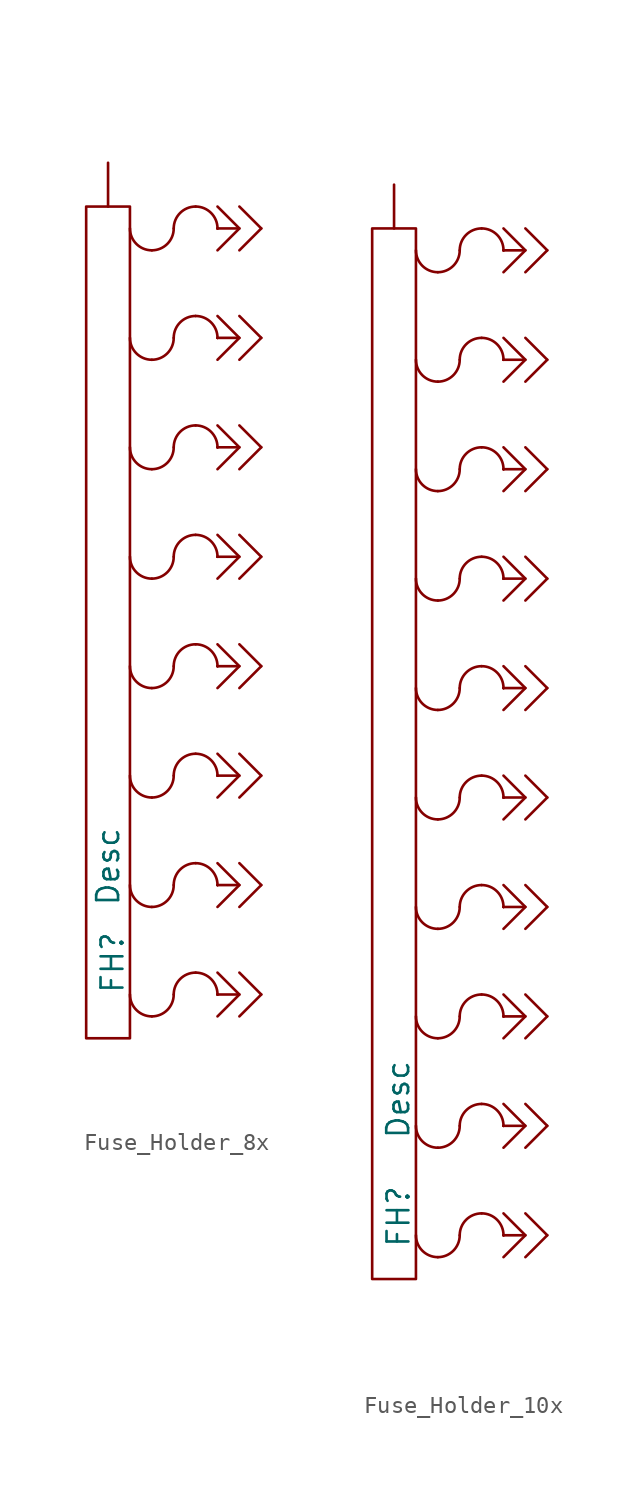
<source format=kicad_sym>
(kicad_symbol_lib
  (version 20231120)
  (generator "kicad_symbol_editor")
  (generator_version "8.0")
  (symbol "Fuse_Holder_8x"
    (pin_numbers hide)
    (pin_names
      (offset 0) hide)
    (property "Reference" "FH"
      (at -3.556 -22.86 90)
      (do_not_autoplace)
      (effects (font (size 1.27 1.27)) (justify left)))
    (property "Value" "Desc"
      (at -3.81 -17.78 90)
      (do_not_autoplace)
      (effects (font (size 1.27 1.27)) (justify left)))
    (symbol "Fuse_Holder_8x_0_1"
      (rectangle (start -5.08 22.86) (end -2.54 -25.4) (stroke (width 0) (type default)) (fill (type none)))
      (arc (start -2.54 -22.86) (mid -2.168 -23.758) (end -1.27 -24.13) (stroke (width 0) (type default)) (fill (type none)))
      (arc (start -2.54 -16.51) (mid -2.168 -17.408) (end -1.27 -17.78) (stroke (width 0) (type default)) (fill (type none)))
      (arc (start -2.54 -10.16) (mid -2.168 -11.058) (end -1.27 -11.43) (stroke (width 0) (type default)) (fill (type none)))
      (arc (start -2.54 -3.81) (mid -2.168 -4.708) (end -1.27 -5.08) (stroke (width 0) (type default)) (fill (type none)))
      (arc (start -2.54 2.54) (mid -2.168 1.642) (end -1.27 1.27) (stroke (width 0) (type default)) (fill (type none)))
      (arc (start -2.54 8.89) (mid -2.168 7.992) (end -1.27 7.62) (stroke (width 0) (type default)) (fill (type none)))
      (arc (start -2.54 15.24) (mid -2.168 14.342) (end -1.27 13.97) (stroke (width 0) (type default)) (fill (type none)))
      (arc (start -2.54 21.59) (mid -2.168 20.692) (end -1.27 20.32) (stroke (width 0) (type default)) (fill (type none)))
      (arc (start -1.27 -24.13) (mid -0.372 -23.758) (end 0 -22.86) (stroke (width 0) (type default)) (fill (type none)))
      (arc (start -1.27 -17.78) (mid -0.372 -17.408) (end 0 -16.51) (stroke (width 0) (type default)) (fill (type none)))
      (arc (start -1.27 -11.43) (mid -0.372 -11.058) (end 0 -10.16) (stroke (width 0) (type default)) (fill (type none)))
      (arc (start -1.27 -5.08) (mid -0.372 -4.708) (end 0 -3.81) (stroke (width 0) (type default)) (fill (type none)))
      (arc (start -1.27 1.27) (mid -0.372 1.642) (end 0 2.54) (stroke (width 0) (type default)) (fill (type none)))
      (arc (start -1.27 7.62) (mid -0.372 7.992) (end 0 8.89) (stroke (width 0) (type default)) (fill (type none)))
      (arc (start -1.27 13.97) (mid -0.372 14.342) (end 0 15.24) (stroke (width 0) (type default)) (fill (type none)))
      (arc (start -1.27 20.32) (mid -0.372 20.692) (end 0 21.59) (stroke (width 0) (type default)) (fill (type none)))
      (polyline (pts (xy 2.54 -24.13) (xy 3.81 -22.86) (xy 2.54 -21.59)) (stroke (width 0) (type default)) (fill (type none)))
      (polyline (pts (xy 2.54 -17.78) (xy 3.81 -16.51) (xy 2.54 -15.24)) (stroke (width 0) (type default)) (fill (type none)))
      (polyline (pts (xy 2.54 -11.43) (xy 3.81 -10.16) (xy 2.54 -8.89)) (stroke (width 0) (type default)) (fill (type none)))
      (polyline (pts (xy 2.54 -5.08) (xy 3.81 -3.81) (xy 2.54 -2.54)) (stroke (width 0) (type default)) (fill (type none)))
      (polyline (pts (xy 2.54 1.27) (xy 3.81 2.54) (xy 2.54 3.81)) (stroke (width 0) (type default)) (fill (type none)))
      (polyline (pts (xy 2.54 7.62) (xy 3.81 8.89) (xy 2.54 10.16)) (stroke (width 0) (type default)) (fill (type none)))
      (polyline (pts (xy 2.54 13.97) (xy 3.81 15.24) (xy 2.54 16.51)) (stroke (width 0) (type default)) (fill (type none)))
      (polyline (pts (xy 2.54 20.32) (xy 3.81 21.59) (xy 2.54 22.86)) (stroke (width 0) (type default)) (fill (type none)))
      (polyline (pts (xy 3.81 -24.13) (xy 5.08 -22.86) (xy 3.81 -21.59)) (stroke (width 0) (type default)) (fill (type none)))
      (polyline (pts (xy 3.81 -17.78) (xy 5.08 -16.51) (xy 3.81 -15.24)) (stroke (width 0) (type default)) (fill (type none)))
      (polyline (pts (xy 3.81 -11.43) (xy 5.08 -10.16) (xy 3.81 -8.89)) (stroke (width 0) (type default)) (fill (type none)))
      (polyline (pts (xy 3.81 -5.08) (xy 5.08 -3.81) (xy 3.81 -2.54)) (stroke (width 0) (type default)) (fill (type none)))
      (polyline (pts (xy 3.81 1.27) (xy 5.08 2.54) (xy 3.81 3.81)) (stroke (width 0) (type default)) (fill (type none)))
      (polyline (pts (xy 3.81 7.62) (xy 5.08 8.89) (xy 3.81 10.16)) (stroke (width 0) (type default)) (fill (type none)))
      (polyline (pts (xy 3.81 13.97) (xy 5.08 15.24) (xy 3.81 16.51)) (stroke (width 0) (type default)) (fill (type none)))
      (polyline (pts (xy 3.81 20.32) (xy 5.08 21.59) (xy 3.81 22.86)) (stroke (width 0) (type default)) (fill (type none)))
      (arc (start 1.27 -21.59) (mid 0.372 -21.962) (end 0 -22.86) (stroke (width 0) (type default)) (fill (type none)))
      (arc (start 1.27 -15.24) (mid 0.372 -15.612) (end 0 -16.51) (stroke (width 0) (type default)) (fill (type none)))
      (arc (start 1.27 -8.89) (mid 0.372 -9.262) (end 0 -10.16) (stroke (width 0) (type default)) (fill (type none)))
      (arc (start 1.27 -2.54) (mid 0.372 -2.912) (end 0 -3.81) (stroke (width 0) (type default)) (fill (type none)))
      (arc (start 1.27 3.81) (mid 0.372 3.438) (end 0 2.54) (stroke (width 0) (type default)) (fill (type none)))
      (arc (start 1.27 10.16) (mid 0.372 9.788) (end 0 8.89) (stroke (width 0) (type default)) (fill (type none)))
      (arc (start 1.27 16.51) (mid 0.372 16.138) (end 0 15.24) (stroke (width 0) (type default)) (fill (type none)))
      (arc (start 1.27 22.86) (mid 0.372 22.488) (end 0 21.59) (stroke (width 0) (type default)) (fill (type none)))
      (arc (start 2.54 -22.86) (mid 2.168 -21.962) (end 1.27 -21.59) (stroke (width 0) (type default)) (fill (type none)))
      (arc (start 2.54 -16.51) (mid 2.168 -15.612) (end 1.27 -15.24) (stroke (width 0) (type default)) (fill (type none)))
      (arc (start 2.54 -10.16) (mid 2.168 -9.262) (end 1.27 -8.89) (stroke (width 0) (type default)) (fill (type none)))
      (arc (start 2.54 -3.81) (mid 2.168 -2.912) (end 1.27 -2.54) (stroke (width 0) (type default)) (fill (type none)))
      (arc (start 2.54 2.54) (mid 2.168 3.438) (end 1.27 3.81) (stroke (width 0) (type default)) (fill (type none)))
      (arc (start 2.54 8.89) (mid 2.168 9.788) (end 1.27 10.16) (stroke (width 0) (type default)) (fill (type none)))
      (arc (start 2.54 15.24) (mid 2.168 16.138) (end 1.27 16.51) (stroke (width 0) (type default)) (fill (type none)))
      (arc (start 2.54 21.59) (mid 2.168 22.488) (end 1.27 22.86) (stroke (width 0) (type default)) (fill (type none))))
    (symbol "Fuse_Holder_8x_1_1"
      (polyline (pts (xy 2.54 -22.86) (xy 2.54 -22.86)) (stroke (width 0) (type default)) (fill (type none)))
      (polyline (pts (xy 2.54 -22.86) (xy 2.54 -22.86)) (stroke (width 0) (type default)) (fill (type none)))
      (polyline (pts (xy 2.54 -16.51) (xy 2.54 -16.51)) (stroke (width 0) (type default)) (fill (type none)))
      (polyline (pts (xy 2.54 -16.51) (xy 2.54 -16.51)) (stroke (width 0) (type default)) (fill (type none)))
      (polyline (pts (xy 2.54 -10.16) (xy 2.54 -10.16)) (stroke (width 0) (type default)) (fill (type none)))
      (polyline (pts (xy 2.54 -10.16) (xy 2.54 -10.16)) (stroke (width 0) (type default)) (fill (type none)))
      (polyline (pts (xy 2.54 -3.81) (xy 2.54 -3.81)) (stroke (width 0) (type default)) (fill (type none)))
      (polyline (pts (xy 2.54 -3.81) (xy 2.54 -3.81)) (stroke (width 0) (type default)) (fill (type none)))
      (polyline (pts (xy 2.54 2.54) (xy 2.54 2.54)) (stroke (width 0) (type default)) (fill (type none)))
      (polyline (pts (xy 2.54 2.54) (xy 2.54 2.54)) (stroke (width 0) (type default)) (fill (type none)))
      (polyline (pts (xy 2.54 8.89) (xy 2.54 8.89)) (stroke (width 0) (type default)) (fill (type none)))
      (polyline (pts (xy 2.54 8.89) (xy 2.54 8.89)) (stroke (width 0) (type default)) (fill (type none)))
      (polyline (pts (xy 2.54 15.24) (xy 2.54 15.24)) (stroke (width 0) (type default)) (fill (type none)))
      (polyline (pts (xy 2.54 15.24) (xy 2.54 15.24)) (stroke (width 0) (type default)) (fill (type none)))
      (polyline (pts (xy 2.54 21.59) (xy 2.54 21.59)) (stroke (width 0) (type default)) (fill (type none)))
      (polyline (pts (xy 2.54 21.59) (xy 2.54 21.59)) (stroke (width 0) (type default)) (fill (type none)))
      (polyline (pts (xy 3.81 -22.86) (xy 2.54 -22.86)) (stroke (width 0) (type default)) (fill (type none)))
      (polyline (pts (xy 3.81 -16.51) (xy 2.54 -16.51)) (stroke (width 0) (type default)) (fill (type none)))
      (polyline (pts (xy 3.81 -10.16) (xy 2.54 -10.16)) (stroke (width 0) (type default)) (fill (type none)))
      (polyline (pts (xy 3.81 -3.81) (xy 2.54 -3.81)) (stroke (width 0) (type default)) (fill (type none)))
      (polyline (pts (xy 3.81 2.54) (xy 2.54 2.54)) (stroke (width 0) (type default)) (fill (type none)))
      (polyline (pts (xy 3.81 8.89) (xy 2.54 8.89)) (stroke (width 0) (type default)) (fill (type none)))
      (polyline (pts (xy 3.81 15.24) (xy 2.54 15.24)) (stroke (width 0) (type default)) (fill (type none)))
      (polyline (pts (xy 3.81 21.59) (xy 2.54 21.59)) (stroke (width 0) (type default)) (fill (type none)))
      (pin passive line (at -3.81 25.4 270) (length 2.54) (name "Pwr" (effects (font (size 1.27 1.27)))) (number "1" (effects (font (size 1.27 1.27)))))
      (pin passive line (at 5.08 -22.86 180) (length 0) (name "Desc" (effects (font (size 1.27 1.27)))) (number "Val_A" (effects (font (size 1.27 1.27)))))
      (pin passive line (at 5.08 -16.51 180) (length 0) (name "Desc" (effects (font (size 1.27 1.27)))) (number "Val_A" (effects (font (size 1.27 1.27)))))
      (pin passive line (at 5.08 -10.16 180) (length 0) (name "Desc" (effects (font (size 1.27 1.27)))) (number "Val_A" (effects (font (size 1.27 1.27)))))
      (pin passive line (at 5.08 -3.81 180) (length 0) (name "Desc" (effects (font (size 1.27 1.27)))) (number "Val_A" (effects (font (size 1.27 1.27)))))
      (pin passive line (at 5.08 2.54 180) (length 0) (name "Desc" (effects (font (size 1.27 1.27)))) (number "Val_A" (effects (font (size 1.27 1.27)))))
      (pin passive line (at 5.08 8.89 180) (length 0) (name "Desc" (effects (font (size 1.27 1.27)))) (number "Val_A" (effects (font (size 1.27 1.27)))))
      (pin passive line (at 5.08 15.24 180) (length 0) (name "Desc" (effects (font (size 1.27 1.27)))) (number "Val_A" (effects (font (size 1.27 1.27)))))
      (pin passive line (at 5.08 21.59 180) (length 0) (name "Desc" (effects (font (size 1.27 1.27)))) (number "Val_A" (effects (font (size 1.27 1.27)))))))
  (symbol "Fuse_Holder_10x"
    (pin_numbers hide)
    (pin_names
      (offset 0) hide)
    (property "Reference" "FH"
      (at -3.556 -28.702 90)
      (do_not_autoplace)
      (effects (font (size 1.27 1.27)) (justify left)))
    (property "Value" "Desc"
      (at -4.318 -20.066 90)
      (do_not_autoplace)
      (effects (font (size 1.27 1.27)) (justify top)))
    (symbol "Fuse_Holder_10x_0_1"
      (rectangle (start -5.08 30.48) (end -2.54 -30.48) (stroke (width 0) (type default)) (fill (type none)))
      (arc (start -2.54 -27.94) (mid -2.168 -28.838) (end -1.27 -29.21) (stroke (width 0) (type default)) (fill (type none)))
      (arc (start -2.54 -21.59) (mid -2.168 -22.488) (end -1.27 -22.86) (stroke (width 0) (type default)) (fill (type none)))
      (arc (start -2.54 -15.24) (mid -2.168 -16.138) (end -1.27 -16.51) (stroke (width 0) (type default)) (fill (type none)))
      (arc (start -2.54 -8.89) (mid -2.168 -9.788) (end -1.27 -10.16) (stroke (width 0) (type default)) (fill (type none)))
      (arc (start -2.54 -2.54) (mid -2.168 -3.438) (end -1.27 -3.81) (stroke (width 0) (type default)) (fill (type none)))
      (arc (start -2.54 3.81) (mid -2.168 2.912) (end -1.27 2.54) (stroke (width 0) (type default)) (fill (type none)))
      (arc (start -2.54 10.16) (mid -2.168 9.262) (end -1.27 8.89) (stroke (width 0) (type default)) (fill (type none)))
      (arc (start -2.54 16.51) (mid -2.168 15.612) (end -1.27 15.24) (stroke (width 0) (type default)) (fill (type none)))
      (arc (start -2.54 22.86) (mid -2.168 21.962) (end -1.27 21.59) (stroke (width 0) (type default)) (fill (type none)))
      (arc (start -2.54 29.21) (mid -2.168 28.312) (end -1.27 27.94) (stroke (width 0) (type default)) (fill (type none)))
      (arc (start -1.27 -29.21) (mid -0.372 -28.838) (end 0 -27.94) (stroke (width 0) (type default)) (fill (type none)))
      (arc (start -1.27 -22.86) (mid -0.372 -22.488) (end 0 -21.59) (stroke (width 0) (type default)) (fill (type none)))
      (arc (start -1.27 -16.51) (mid -0.372 -16.138) (end 0 -15.24) (stroke (width 0) (type default)) (fill (type none)))
      (arc (start -1.27 -10.16) (mid -0.372 -9.788) (end 0 -8.89) (stroke (width 0) (type default)) (fill (type none)))
      (arc (start -1.27 -3.81) (mid -0.372 -3.438) (end 0 -2.54) (stroke (width 0) (type default)) (fill (type none)))
      (arc (start -1.27 2.54) (mid -0.372 2.912) (end 0 3.81) (stroke (width 0) (type default)) (fill (type none)))
      (arc (start -1.27 8.89) (mid -0.372 9.262) (end 0 10.16) (stroke (width 0) (type default)) (fill (type none)))
      (arc (start -1.27 15.24) (mid -0.372 15.612) (end 0 16.51) (stroke (width 0) (type default)) (fill (type none)))
      (arc (start -1.27 21.59) (mid -0.372 21.962) (end 0 22.86) (stroke (width 0) (type default)) (fill (type none)))
      (arc (start -1.27 27.94) (mid -0.372 28.312) (end 0 29.21) (stroke (width 0) (type default)) (fill (type none)))
      (polyline (pts (xy 2.54 -29.21) (xy 3.81 -27.94) (xy 2.54 -26.67)) (stroke (width 0) (type default)) (fill (type none)))
      (polyline (pts (xy 2.54 -22.86) (xy 3.81 -21.59) (xy 2.54 -20.32)) (stroke (width 0) (type default)) (fill (type none)))
      (polyline (pts (xy 2.54 -16.51) (xy 3.81 -15.24) (xy 2.54 -13.97)) (stroke (width 0) (type default)) (fill (type none)))
      (polyline (pts (xy 2.54 -10.16) (xy 3.81 -8.89) (xy 2.54 -7.62)) (stroke (width 0) (type default)) (fill (type none)))
      (polyline (pts (xy 2.54 -3.81) (xy 3.81 -2.54) (xy 2.54 -1.27)) (stroke (width 0) (type default)) (fill (type none)))
      (polyline (pts (xy 2.54 2.54) (xy 3.81 3.81) (xy 2.54 5.08)) (stroke (width 0) (type default)) (fill (type none)))
      (polyline (pts (xy 2.54 8.89) (xy 3.81 10.16) (xy 2.54 11.43)) (stroke (width 0) (type default)) (fill (type none)))
      (polyline (pts (xy 2.54 15.24) (xy 3.81 16.51) (xy 2.54 17.78)) (stroke (width 0) (type default)) (fill (type none)))
      (polyline (pts (xy 2.54 21.59) (xy 3.81 22.86) (xy 2.54 24.13)) (stroke (width 0) (type default)) (fill (type none)))
      (polyline (pts (xy 2.54 27.94) (xy 3.81 29.21) (xy 2.54 30.48)) (stroke (width 0) (type default)) (fill (type none)))
      (polyline (pts (xy 3.81 -29.21) (xy 5.08 -27.94) (xy 3.81 -26.67)) (stroke (width 0) (type default)) (fill (type none)))
      (polyline (pts (xy 3.81 -22.86) (xy 5.08 -21.59) (xy 3.81 -20.32)) (stroke (width 0) (type default)) (fill (type none)))
      (polyline (pts (xy 3.81 -16.51) (xy 5.08 -15.24) (xy 3.81 -13.97)) (stroke (width 0) (type default)) (fill (type none)))
      (polyline (pts (xy 3.81 -10.16) (xy 5.08 -8.89) (xy 3.81 -7.62)) (stroke (width 0) (type default)) (fill (type none)))
      (polyline (pts (xy 3.81 -3.81) (xy 5.08 -2.54) (xy 3.81 -1.27)) (stroke (width 0) (type default)) (fill (type none)))
      (polyline (pts (xy 3.81 2.54) (xy 5.08 3.81) (xy 3.81 5.08)) (stroke (width 0) (type default)) (fill (type none)))
      (polyline (pts (xy 3.81 8.89) (xy 5.08 10.16) (xy 3.81 11.43)) (stroke (width 0) (type default)) (fill (type none)))
      (polyline (pts (xy 3.81 15.24) (xy 5.08 16.51) (xy 3.81 17.78)) (stroke (width 0) (type default)) (fill (type none)))
      (polyline (pts (xy 3.81 21.59) (xy 5.08 22.86) (xy 3.81 24.13)) (stroke (width 0) (type default)) (fill (type none)))
      (polyline (pts (xy 3.81 27.94) (xy 5.08 29.21) (xy 3.81 30.48)) (stroke (width 0) (type default)) (fill (type none)))
      (arc (start 1.27 -26.67) (mid 0.372 -27.042) (end 0 -27.94) (stroke (width 0) (type default)) (fill (type none)))
      (arc (start 1.27 -20.32) (mid 0.372 -20.692) (end 0 -21.59) (stroke (width 0) (type default)) (fill (type none)))
      (arc (start 1.27 -13.97) (mid 0.372 -14.342) (end 0 -15.24) (stroke (width 0) (type default)) (fill (type none)))
      (arc (start 1.27 -7.62) (mid 0.372 -7.992) (end 0 -8.89) (stroke (width 0) (type default)) (fill (type none)))
      (arc (start 1.27 -1.27) (mid 0.372 -1.642) (end 0 -2.54) (stroke (width 0) (type default)) (fill (type none)))
      (arc (start 1.27 5.08) (mid 0.372 4.708) (end 0 3.81) (stroke (width 0) (type default)) (fill (type none)))
      (arc (start 1.27 11.43) (mid 0.372 11.058) (end 0 10.16) (stroke (width 0) (type default)) (fill (type none)))
      (arc (start 1.27 17.78) (mid 0.372 17.408) (end 0 16.51) (stroke (width 0) (type default)) (fill (type none)))
      (arc (start 1.27 24.13) (mid 0.372 23.758) (end 0 22.86) (stroke (width 0) (type default)) (fill (type none)))
      (arc (start 1.27 30.48) (mid 0.372 30.108) (end 0 29.21) (stroke (width 0) (type default)) (fill (type none)))
      (arc (start 2.54 -27.94) (mid 2.168 -27.042) (end 1.27 -26.67) (stroke (width 0) (type default)) (fill (type none)))
      (arc (start 2.54 -21.59) (mid 2.168 -20.692) (end 1.27 -20.32) (stroke (width 0) (type default)) (fill (type none)))
      (arc (start 2.54 -15.24) (mid 2.168 -14.342) (end 1.27 -13.97) (stroke (width 0) (type default)) (fill (type none)))
      (arc (start 2.54 -8.89) (mid 2.168 -7.992) (end 1.27 -7.62) (stroke (width 0) (type default)) (fill (type none)))
      (arc (start 2.54 -2.54) (mid 2.168 -1.642) (end 1.27 -1.27) (stroke (width 0) (type default)) (fill (type none)))
      (arc (start 2.54 3.81) (mid 2.168 4.708) (end 1.27 5.08) (stroke (width 0) (type default)) (fill (type none)))
      (arc (start 2.54 10.16) (mid 2.168 11.058) (end 1.27 11.43) (stroke (width 0) (type default)) (fill (type none)))
      (arc (start 2.54 16.51) (mid 2.168 17.408) (end 1.27 17.78) (stroke (width 0) (type default)) (fill (type none)))
      (arc (start 2.54 22.86) (mid 2.168 23.758) (end 1.27 24.13) (stroke (width 0) (type default)) (fill (type none)))
      (arc (start 2.54 29.21) (mid 2.168 30.108) (end 1.27 30.48) (stroke (width 0) (type default)) (fill (type none))))
    (symbol "Fuse_Holder_10x_1_1"
      (polyline (pts (xy 2.54 -27.94) (xy 2.54 -27.94)) (stroke (width 0) (type default)) (fill (type none)))
      (polyline (pts (xy 2.54 -27.94) (xy 2.54 -27.94)) (stroke (width 0) (type default)) (fill (type none)))
      (polyline (pts (xy 2.54 -21.59) (xy 2.54 -21.59)) (stroke (width 0) (type default)) (fill (type none)))
      (polyline (pts (xy 2.54 -21.59) (xy 2.54 -21.59)) (stroke (width 0) (type default)) (fill (type none)))
      (polyline (pts (xy 2.54 -15.24) (xy 2.54 -15.24)) (stroke (width 0) (type default)) (fill (type none)))
      (polyline (pts (xy 2.54 -15.24) (xy 2.54 -15.24)) (stroke (width 0) (type default)) (fill (type none)))
      (polyline (pts (xy 2.54 -8.89) (xy 2.54 -8.89)) (stroke (width 0) (type default)) (fill (type none)))
      (polyline (pts (xy 2.54 -8.89) (xy 2.54 -8.89)) (stroke (width 0) (type default)) (fill (type none)))
      (polyline (pts (xy 2.54 -2.54) (xy 2.54 -2.54)) (stroke (width 0) (type default)) (fill (type none)))
      (polyline (pts (xy 2.54 -2.54) (xy 2.54 -2.54)) (stroke (width 0) (type default)) (fill (type none)))
      (polyline (pts (xy 2.54 3.81) (xy 2.54 3.81)) (stroke (width 0) (type default)) (fill (type none)))
      (polyline (pts (xy 2.54 3.81) (xy 2.54 3.81)) (stroke (width 0) (type default)) (fill (type none)))
      (polyline (pts (xy 2.54 10.16) (xy 2.54 10.16)) (stroke (width 0) (type default)) (fill (type none)))
      (polyline (pts (xy 2.54 10.16) (xy 2.54 10.16)) (stroke (width 0) (type default)) (fill (type none)))
      (polyline (pts (xy 2.54 16.51) (xy 2.54 16.51)) (stroke (width 0) (type default)) (fill (type none)))
      (polyline (pts (xy 2.54 16.51) (xy 2.54 16.51)) (stroke (width 0) (type default)) (fill (type none)))
      (polyline (pts (xy 2.54 22.86) (xy 2.54 22.86)) (stroke (width 0) (type default)) (fill (type none)))
      (polyline (pts (xy 2.54 22.86) (xy 2.54 22.86)) (stroke (width 0) (type default)) (fill (type none)))
      (polyline (pts (xy 2.54 29.21) (xy 2.54 29.21)) (stroke (width 0) (type default)) (fill (type none)))
      (polyline (pts (xy 2.54 29.21) (xy 2.54 29.21)) (stroke (width 0) (type default)) (fill (type none)))
      (polyline (pts (xy 3.81 -27.94) (xy 2.54 -27.94)) (stroke (width 0) (type default)) (fill (type none)))
      (polyline (pts (xy 3.81 -21.59) (xy 2.54 -21.59)) (stroke (width 0) (type default)) (fill (type none)))
      (polyline (pts (xy 3.81 -15.24) (xy 2.54 -15.24)) (stroke (width 0) (type default)) (fill (type none)))
      (polyline (pts (xy 3.81 -8.89) (xy 2.54 -8.89)) (stroke (width 0) (type default)) (fill (type none)))
      (polyline (pts (xy 3.81 -2.54) (xy 2.54 -2.54)) (stroke (width 0) (type default)) (fill (type none)))
      (polyline (pts (xy 3.81 3.81) (xy 2.54 3.81)) (stroke (width 0) (type default)) (fill (type none)))
      (polyline (pts (xy 3.81 10.16) (xy 2.54 10.16)) (stroke (width 0) (type default)) (fill (type none)))
      (polyline (pts (xy 3.81 16.51) (xy 2.54 16.51)) (stroke (width 0) (type default)) (fill (type none)))
      (polyline (pts (xy 3.81 22.86) (xy 2.54 22.86)) (stroke (width 0) (type default)) (fill (type none)))
      (polyline (pts (xy 3.81 29.21) (xy 2.54 29.21)) (stroke (width 0) (type default)) (fill (type none)))
      (pin passive line (at -3.81 33.02 270) (length 2.54) (name "Pwr" (effects (font (size 1.27 1.27)))) (number "1" (effects (font (size 1.27 1.27)))))
      (pin passive line (at 5.08 -27.94 180) (length 0) (name "Desc" (effects (font (size 1.27 1.27)))) (number "Val_A" (effects (font (size 1.27 1.27)))))
      (pin passive line (at 5.08 -21.59 180) (length 0) (name "Desc" (effects (font (size 1.27 1.27)))) (number "Val_A" (effects (font (size 1.27 1.27)))))
      (pin passive line (at 5.08 -15.24 180) (length 0) (name "Desc" (effects (font (size 1.27 1.27)))) (number "Val_A" (effects (font (size 1.27 1.27)))))
      (pin passive line (at 5.08 -8.89 180) (length 0) (name "Desc" (effects (font (size 1.27 1.27)))) (number "Val_A" (effects (font (size 1.27 1.27)))))
      (pin passive line (at 5.08 -2.54 180) (length 0) (name "Desc" (effects (font (size 1.27 1.27)))) (number "Val_A" (effects (font (size 1.27 1.27)))))
      (pin passive line (at 5.08 3.81 180) (length 0) (name "Desc" (effects (font (size 1.27 1.27)))) (number "Val_A" (effects (font (size 1.27 1.27)))))
      (pin passive line (at 5.08 10.16 180) (length 0) (name "Desc" (effects (font (size 1.27 1.27)))) (number "Val_A" (effects (font (size 1.27 1.27)))))
      (pin passive line (at 5.08 16.51 180) (length 0) (name "Desc" (effects (font (size 1.27 1.27)))) (number "Val_A" (effects (font (size 1.27 1.27)))))
      (pin passive line (at 5.08 22.86 180) (length 0) (name "Desc" (effects (font (size 1.27 1.27)))) (number "Val_A" (effects (font (size 1.27 1.27)))))
      (pin passive line (at 5.08 29.21 180) (length 0) (name "Desc" (effects (font (size 1.27 1.27)))) (number "Val_A" (effects (font (size 1.27 1.27))))))))
</source>
